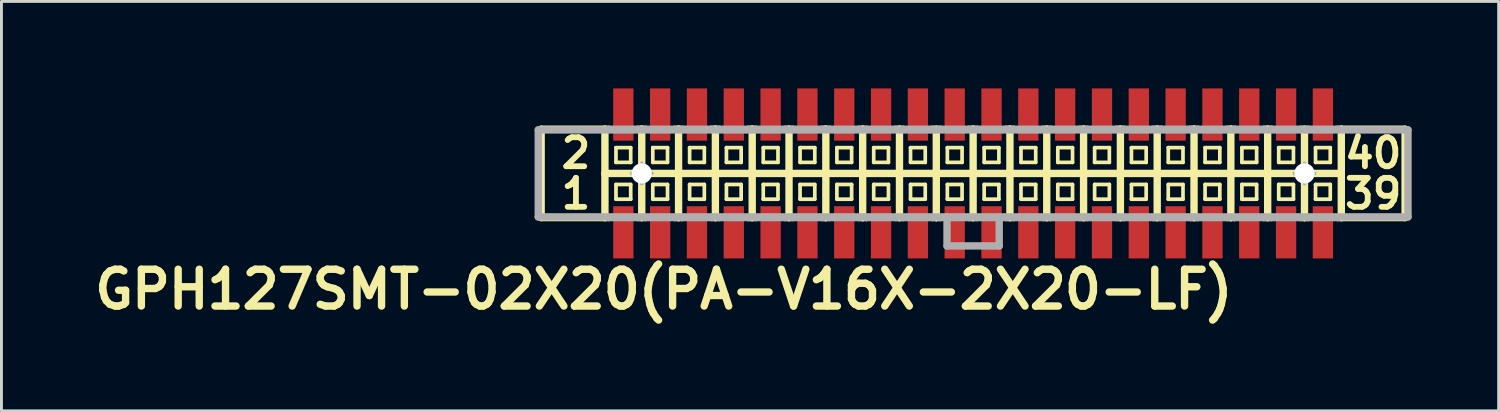
<source format=kicad_pcb>
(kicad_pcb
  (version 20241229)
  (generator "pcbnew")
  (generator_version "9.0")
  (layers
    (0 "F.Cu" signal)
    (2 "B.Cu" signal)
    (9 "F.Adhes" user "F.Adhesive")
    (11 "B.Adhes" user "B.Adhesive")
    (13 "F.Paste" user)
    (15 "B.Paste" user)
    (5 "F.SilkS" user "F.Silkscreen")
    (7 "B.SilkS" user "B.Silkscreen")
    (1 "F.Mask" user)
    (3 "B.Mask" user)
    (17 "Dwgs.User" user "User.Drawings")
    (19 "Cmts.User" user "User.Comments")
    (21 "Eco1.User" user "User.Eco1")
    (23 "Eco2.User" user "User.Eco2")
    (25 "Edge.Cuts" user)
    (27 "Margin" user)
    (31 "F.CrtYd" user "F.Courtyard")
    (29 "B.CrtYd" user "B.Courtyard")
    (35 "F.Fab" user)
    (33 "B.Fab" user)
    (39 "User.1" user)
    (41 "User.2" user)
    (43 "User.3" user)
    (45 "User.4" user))
  (footprint "GPH127SMT-02X20(PA-V16X-2X20-LF)"
    (layer "F.Cu")
    (at 30.516 2.932)
    (property "Reference" "GPH127SMT-02X20(PA-V16X-2X20-LF)" (at -10.668 4 0) (layer "F.SilkS") (effects (font (size 1.27 1.27) (thickness 0.254))))
    (attr smd)
    (fp_line (start -14.9 -1.524) (end -14.9 1.524) (stroke (width 0.254) (type solid)) (layer "F.SilkS"))
    (fp_line (start -14.9 1.524) (end -12.7 1.524) (stroke (width 0.254) (type solid)) (layer "F.SilkS"))
    (fp_line (start -12.7 -1.524) (end -14.9 -1.524) (stroke (width 0.254) (type solid)) (layer "F.SilkS"))
    (fp_line (start -12.7 -1.524) (end -12.7 0) (stroke (width 0.254) (type solid)) (layer "F.SilkS"))
    (fp_line (start -12.7 0) (end -12.7 1.524) (stroke (width 0.254) (type solid)) (layer "F.SilkS"))
    (fp_line (start -12.7 0) (end -11.43 0) (stroke (width 0.254) (type solid)) (layer "F.SilkS"))
    (fp_line (start -12.7 1.524) (end -12.573 1.524) (stroke (width 0.254) (type solid)) (layer "F.SilkS"))
    (fp_line (start -12.573 -1.524) (end -12.7 -1.524) (stroke (width 0.254) (type solid)) (layer "F.SilkS"))
    (fp_line (start -12.319 -0.889) (end -11.811 -0.889) (stroke (width 0.127) (type solid)) (layer "F.SilkS"))
    (fp_line (start -12.319 -0.381) (end -12.319 -0.889) (stroke (width 0.127) (type solid)) (layer "F.SilkS"))
    (fp_line (start -12.319 -0.381) (end -11.811 -0.381) (stroke (width 0.127) (type solid)) (layer "F.SilkS"))
    (fp_line (start -12.319 0.381) (end -11.811 0.381) (stroke (width 0.127) (type solid)) (layer "F.SilkS"))
    (fp_line (start -12.319 0.889) (end -12.319 0.381) (stroke (width 0.127) (type solid)) (layer "F.SilkS"))
    (fp_line (start -12.319 0.889) (end -11.811 0.889) (stroke (width 0.127) (type solid)) (layer "F.SilkS"))
    (fp_line (start -11.811 -0.381) (end -11.811 -0.889) (stroke (width 0.127) (type solid)) (layer "F.SilkS"))
    (fp_line (start -11.811 0.889) (end -11.811 0.381) (stroke (width 0.127) (type solid)) (layer "F.SilkS"))
    (fp_line (start -11.557 -1.524) (end -11.43 -1.524) (stroke (width 0.254) (type solid)) (layer "F.SilkS"))
    (fp_line (start -11.557 1.524) (end -11.43 1.524) (stroke (width 0.254) (type solid)) (layer "F.SilkS"))
    (fp_line (start -11.43 -1.524) (end -11.303 -1.524) (stroke (width 0.254) (type solid)) (layer "F.SilkS"))
    (fp_line (start -11.43 0) (end -11.43 -1.524) (stroke (width 0.254) (type solid)) (layer "F.SilkS"))
    (fp_line (start -11.43 0) (end -10.16 0) (stroke (width 0.254) (type solid)) (layer "F.SilkS"))
    (fp_line (start -11.43 1.524) (end -11.43 0) (stroke (width 0.254) (type solid)) (layer "F.SilkS"))
    (fp_line (start -11.43 1.524) (end -11.303 1.524) (stroke (width 0.254) (type solid)) (layer "F.SilkS"))
    (fp_line (start -11.049 -0.889) (end -10.541 -0.889) (stroke (width 0.127) (type solid)) (layer "F.SilkS"))
    (fp_line (start -11.049 -0.381) (end -11.049 -0.889) (stroke (width 0.127) (type solid)) (layer "F.SilkS"))
    (fp_line (start -11.049 -0.381) (end -10.541 -0.381) (stroke (width 0.127) (type solid)) (layer "F.SilkS"))
    (fp_line (start -11.049 0.381) (end -10.541 0.381) (stroke (width 0.127) (type solid)) (layer "F.SilkS"))
    (fp_line (start -11.049 0.889) (end -11.049 0.381) (stroke (width 0.127) (type solid)) (layer "F.SilkS"))
    (fp_line (start -11.049 0.889) (end -10.541 0.889) (stroke (width 0.127) (type solid)) (layer "F.SilkS"))
    (fp_line (start -10.541 -0.381) (end -10.541 -0.889) (stroke (width 0.127) (type solid)) (layer "F.SilkS"))
    (fp_line (start -10.541 0.889) (end -10.541 0.381) (stroke (width 0.127) (type solid)) (layer "F.SilkS"))
    (fp_line (start -10.287 -1.524) (end -10.16 -1.524) (stroke (width 0.254) (type solid)) (layer "F.SilkS"))
    (fp_line (start -10.287 1.524) (end -10.16 1.524) (stroke (width 0.254) (type solid)) (layer "F.SilkS"))
    (fp_line (start -10.16 -1.524) (end -10.033 -1.524) (stroke (width 0.254) (type solid)) (layer "F.SilkS"))
    (fp_line (start -10.16 0) (end -10.16 -1.524) (stroke (width 0.254) (type solid)) (layer "F.SilkS"))
    (fp_line (start -10.16 0) (end -8.89 0) (stroke (width 0.254) (type solid)) (layer "F.SilkS"))
    (fp_line (start -10.16 1.524) (end -10.16 0) (stroke (width 0.254) (type solid)) (layer "F.SilkS"))
    (fp_line (start -10.16 1.524) (end -10.033 1.524) (stroke (width 0.254) (type solid)) (layer "F.SilkS"))
    (fp_line (start -9.779 -0.889) (end -9.271 -0.889) (stroke (width 0.127) (type solid)) (layer "F.SilkS"))
    (fp_line (start -9.779 -0.381) (end -9.779 -0.889) (stroke (width 0.127) (type solid)) (layer "F.SilkS"))
    (fp_line (start -9.779 -0.381) (end -9.271 -0.381) (stroke (width 0.127) (type solid)) (layer "F.SilkS"))
    (fp_line (start -9.779 0.381) (end -9.271 0.381) (stroke (width 0.127) (type solid)) (layer "F.SilkS"))
    (fp_line (start -9.779 0.889) (end -9.779 0.381) (stroke (width 0.127) (type solid)) (layer "F.SilkS"))
    (fp_line (start -9.779 0.889) (end -9.271 0.889) (stroke (width 0.127) (type solid)) (layer "F.SilkS"))
    (fp_line (start -9.271 -0.381) (end -9.271 -0.889) (stroke (width 0.127) (type solid)) (layer "F.SilkS"))
    (fp_line (start -9.271 0.889) (end -9.271 0.381) (stroke (width 0.127) (type solid)) (layer "F.SilkS"))
    (fp_line (start -9.017 -1.524) (end -8.89 -1.524) (stroke (width 0.254) (type solid)) (layer "F.SilkS"))
    (fp_line (start -9.017 1.524) (end -8.89 1.524) (stroke (width 0.254) (type solid)) (layer "F.SilkS"))
    (fp_line (start -8.89 -1.524) (end -8.763 -1.524) (stroke (width 0.254) (type solid)) (layer "F.SilkS"))
    (fp_line (start -8.89 0) (end -8.89 -1.524) (stroke (width 0.254) (type solid)) (layer "F.SilkS"))
    (fp_line (start -8.89 0) (end -7.62 0) (stroke (width 0.254) (type solid)) (layer "F.SilkS"))
    (fp_line (start -8.89 1.524) (end -8.89 0) (stroke (width 0.254) (type solid)) (layer "F.SilkS"))
    (fp_line (start -8.89 1.524) (end -8.763 1.524) (stroke (width 0.254) (type solid)) (layer "F.SilkS"))
    (fp_line (start -8.509 -0.889) (end -8.001 -0.889) (stroke (width 0.127) (type solid)) (layer "F.SilkS"))
    (fp_line (start -8.509 -0.381) (end -8.509 -0.889) (stroke (width 0.127) (type solid)) (layer "F.SilkS"))
    (fp_line (start -8.509 -0.381) (end -8.001 -0.381) (stroke (width 0.127) (type solid)) (layer "F.SilkS"))
    (fp_line (start -8.509 0.381) (end -8.001 0.381) (stroke (width 0.127) (type solid)) (layer "F.SilkS"))
    (fp_line (start -8.509 0.889) (end -8.509 0.381) (stroke (width 0.127) (type solid)) (layer "F.SilkS"))
    (fp_line (start -8.509 0.889) (end -8.001 0.889) (stroke (width 0.127) (type solid)) (layer "F.SilkS"))
    (fp_line (start -8.001 -0.381) (end -8.001 -0.889) (stroke (width 0.127) (type solid)) (layer "F.SilkS"))
    (fp_line (start -8.001 0.889) (end -8.001 0.381) (stroke (width 0.127) (type solid)) (layer "F.SilkS"))
    (fp_line (start -7.747 -1.524) (end -7.62 -1.524) (stroke (width 0.254) (type solid)) (layer "F.SilkS"))
    (fp_line (start -7.747 1.524) (end -7.62 1.524) (stroke (width 0.254) (type solid)) (layer "F.SilkS"))
    (fp_line (start -7.62 -1.524) (end -7.493 -1.524) (stroke (width 0.254) (type solid)) (layer "F.SilkS"))
    (fp_line (start -7.62 0) (end -7.62 -1.524) (stroke (width 0.254) (type solid)) (layer "F.SilkS"))
    (fp_line (start -7.62 0) (end -6.35 0) (stroke (width 0.254) (type solid)) (layer "F.SilkS"))
    (fp_line (start -7.62 1.524) (end -7.62 0) (stroke (width 0.254) (type solid)) (layer "F.SilkS"))
    (fp_line (start -7.62 1.524) (end -7.493 1.524) (stroke (width 0.254) (type solid)) (layer "F.SilkS"))
    (fp_line (start -7.239 -0.889) (end -6.731 -0.889) (stroke (width 0.127) (type solid)) (layer "F.SilkS"))
    (fp_line (start -7.239 -0.381) (end -7.239 -0.889) (stroke (width 0.127) (type solid)) (layer "F.SilkS"))
    (fp_line (start -7.239 -0.381) (end -6.731 -0.381) (stroke (width 0.127) (type solid)) (layer "F.SilkS"))
    (fp_line (start -7.239 0.381) (end -6.731 0.381) (stroke (width 0.127) (type solid)) (layer "F.SilkS"))
    (fp_line (start -7.239 0.889) (end -7.239 0.381) (stroke (width 0.127) (type solid)) (layer "F.SilkS"))
    (fp_line (start -7.239 0.889) (end -6.731 0.889) (stroke (width 0.127) (type solid)) (layer "F.SilkS"))
    (fp_line (start -6.731 -0.381) (end -6.731 -0.889) (stroke (width 0.127) (type solid)) (layer "F.SilkS"))
    (fp_line (start -6.731 0.889) (end -6.731 0.381) (stroke (width 0.127) (type solid)) (layer "F.SilkS"))
    (fp_line (start -6.477 -1.524) (end -6.35 -1.524) (stroke (width 0.254) (type solid)) (layer "F.SilkS"))
    (fp_line (start -6.477 1.524) (end -6.35 1.524) (stroke (width 0.254) (type solid)) (layer "F.SilkS"))
    (fp_line (start -6.35 -1.524) (end -6.223 -1.524) (stroke (width 0.254) (type solid)) (layer "F.SilkS"))
    (fp_line (start -6.35 0) (end -6.35 -1.524) (stroke (width 0.254) (type solid)) (layer "F.SilkS"))
    (fp_line (start -6.35 0) (end -5.08 0) (stroke (width 0.254) (type solid)) (layer "F.SilkS"))
    (fp_line (start -6.35 1.524) (end -6.35 0) (stroke (width 0.254) (type solid)) (layer "F.SilkS"))
    (fp_line (start -6.35 1.524) (end -6.223 1.524) (stroke (width 0.254) (type solid)) (layer "F.SilkS"))
    (fp_line (start -5.969 -0.889) (end -5.461 -0.889) (stroke (width 0.127) (type solid)) (layer "F.SilkS"))
    (fp_line (start -5.969 -0.381) (end -5.969 -0.889) (stroke (width 0.127) (type solid)) (layer "F.SilkS"))
    (fp_line (start -5.969 -0.381) (end -5.461 -0.381) (stroke (width 0.127) (type solid)) (layer "F.SilkS"))
    (fp_line (start -5.969 0.381) (end -5.461 0.381) (stroke (width 0.127) (type solid)) (layer "F.SilkS"))
    (fp_line (start -5.969 0.889) (end -5.969 0.381) (stroke (width 0.127) (type solid)) (layer "F.SilkS"))
    (fp_line (start -5.969 0.889) (end -5.461 0.889) (stroke (width 0.127) (type solid)) (layer "F.SilkS"))
    (fp_line (start -5.461 -0.381) (end -5.461 -0.889) (stroke (width 0.127) (type solid)) (layer "F.SilkS"))
    (fp_line (start -5.461 0.889) (end -5.461 0.381) (stroke (width 0.127) (type solid)) (layer "F.SilkS"))
    (fp_line (start -5.207 -1.524) (end -5.08 -1.524) (stroke (width 0.254) (type solid)) (layer "F.SilkS"))
    (fp_line (start -5.207 1.524) (end -5.08 1.524) (stroke (width 0.254) (type solid)) (layer "F.SilkS"))
    (fp_line (start -5.08 -1.524) (end -4.953 -1.524) (stroke (width 0.254) (type solid)) (layer "F.SilkS"))
    (fp_line (start -5.08 0) (end -5.08 -1.524) (stroke (width 0.254) (type solid)) (layer "F.SilkS"))
    (fp_line (start -5.08 0) (end -3.81 0) (stroke (width 0.254) (type solid)) (layer "F.SilkS"))
    (fp_line (start -5.08 1.524) (end -5.08 0) (stroke (width 0.254) (type solid)) (layer "F.SilkS"))
    (fp_line (start -5.08 1.524) (end -4.953 1.524) (stroke (width 0.254) (type solid)) (layer "F.SilkS"))
    (fp_line (start -4.699 -0.889) (end -4.191 -0.889) (stroke (width 0.127) (type solid)) (layer "F.SilkS"))
    (fp_line (start -4.699 -0.381) (end -4.699 -0.889) (stroke (width 0.127) (type solid)) (layer "F.SilkS"))
    (fp_line (start -4.699 -0.381) (end -4.191 -0.381) (stroke (width 0.127) (type solid)) (layer "F.SilkS"))
    (fp_line (start -4.699 0.381) (end -4.191 0.381) (stroke (width 0.127) (type solid)) (layer "F.SilkS"))
    (fp_line (start -4.699 0.889) (end -4.699 0.381) (stroke (width 0.127) (type solid)) (layer "F.SilkS"))
    (fp_line (start -4.699 0.889) (end -4.191 0.889) (stroke (width 0.127) (type solid)) (layer "F.SilkS"))
    (fp_line (start -4.191 -0.381) (end -4.191 -0.889) (stroke (width 0.127) (type solid)) (layer "F.SilkS"))
    (fp_line (start -4.191 0.889) (end -4.191 0.381) (stroke (width 0.127) (type solid)) (layer "F.SilkS"))
    (fp_line (start -3.937 -1.524) (end -3.81 -1.524) (stroke (width 0.254) (type solid)) (layer "F.SilkS"))
    (fp_line (start -3.937 1.524) (end -3.81 1.524) (stroke (width 0.254) (type solid)) (layer "F.SilkS"))
    (fp_line (start -3.81 -1.524) (end -3.683 -1.524) (stroke (width 0.254) (type solid)) (layer "F.SilkS"))
    (fp_line (start -3.81 0) (end -3.81 -1.524) (stroke (width 0.254) (type solid)) (layer "F.SilkS"))
    (fp_line (start -3.81 0) (end -2.54 0) (stroke (width 0.254) (type solid)) (layer "F.SilkS"))
    (fp_line (start -3.81 1.524) (end -3.81 0) (stroke (width 0.254) (type solid)) (layer "F.SilkS"))
    (fp_line (start -3.81 1.524) (end -3.683 1.524) (stroke (width 0.254) (type solid)) (layer "F.SilkS"))
    (fp_line (start -3.429 -0.889) (end -2.921 -0.889) (stroke (width 0.127) (type solid)) (layer "F.SilkS"))
    (fp_line (start -3.429 -0.381) (end -3.429 -0.889) (stroke (width 0.127) (type solid)) (layer "F.SilkS"))
    (fp_line (start -3.429 -0.381) (end -2.921 -0.381) (stroke (width 0.127) (type solid)) (layer "F.SilkS"))
    (fp_line (start -3.429 0.381) (end -2.921 0.381) (stroke (width 0.127) (type solid)) (layer "F.SilkS"))
    (fp_line (start -3.429 0.889) (end -3.429 0.381) (stroke (width 0.127) (type solid)) (layer "F.SilkS"))
    (fp_line (start -3.429 0.889) (end -2.921 0.889) (stroke (width 0.127) (type solid)) (layer "F.SilkS"))
    (fp_line (start -2.921 -0.381) (end -2.921 -0.889) (stroke (width 0.127) (type solid)) (layer "F.SilkS"))
    (fp_line (start -2.921 0.889) (end -2.921 0.381) (stroke (width 0.127) (type solid)) (layer "F.SilkS"))
    (fp_line (start -2.667 -1.524) (end -2.54 -1.524) (stroke (width 0.254) (type solid)) (layer "F.SilkS"))
    (fp_line (start -2.667 1.524) (end -2.54 1.524) (stroke (width 0.254) (type solid)) (layer "F.SilkS"))
    (fp_line (start -2.54 -1.524) (end -2.413 -1.524) (stroke (width 0.254) (type solid)) (layer "F.SilkS"))
    (fp_line (start -2.54 0) (end -2.54 -1.524) (stroke (width 0.254) (type solid)) (layer "F.SilkS"))
    (fp_line (start -2.54 0) (end -1.27 0) (stroke (width 0.254) (type solid)) (layer "F.SilkS"))
    (fp_line (start -2.54 1.524) (end -2.54 0) (stroke (width 0.254) (type solid)) (layer "F.SilkS"))
    (fp_line (start -2.54 1.524) (end -2.413 1.524) (stroke (width 0.254) (type solid)) (layer "F.SilkS"))
    (fp_line (start -2.159 -0.889) (end -1.651 -0.889) (stroke (width 0.127) (type solid)) (layer "F.SilkS"))
    (fp_line (start -2.159 -0.381) (end -2.159 -0.889) (stroke (width 0.127) (type solid)) (layer "F.SilkS"))
    (fp_line (start -2.159 -0.381) (end -1.651 -0.381) (stroke (width 0.127) (type solid)) (layer "F.SilkS"))
    (fp_line (start -2.159 0.381) (end -1.651 0.381) (stroke (width 0.127) (type solid)) (layer "F.SilkS"))
    (fp_line (start -2.159 0.889) (end -2.159 0.381) (stroke (width 0.127) (type solid)) (layer "F.SilkS"))
    (fp_line (start -2.159 0.889) (end -1.651 0.889) (stroke (width 0.127) (type solid)) (layer "F.SilkS"))
    (fp_line (start -1.651 -0.381) (end -1.651 -0.889) (stroke (width 0.127) (type solid)) (layer "F.SilkS"))
    (fp_line (start -1.651 0.889) (end -1.651 0.381) (stroke (width 0.127) (type solid)) (layer "F.SilkS"))
    (fp_line (start -1.397 -1.524) (end -1.143 -1.524) (stroke (width 0.254) (type solid)) (layer "F.SilkS"))
    (fp_line (start -1.397 1.524) (end -1.27 1.524) (stroke (width 0.254) (type solid)) (layer "F.SilkS"))
    (fp_line (start -1.27 0) (end -1.27 -1.524) (stroke (width 0.254) (type solid)) (layer "F.SilkS"))
    (fp_line (start -1.27 0) (end 0 0) (stroke (width 0.254) (type solid)) (layer "F.SilkS"))
    (fp_line (start -1.27 1.524) (end -1.27 0) (stroke (width 0.254) (type solid)) (layer "F.SilkS"))
    (fp_line (start -1.27 1.524) (end -1.143 1.524) (stroke (width 0.254) (type solid)) (layer "F.SilkS"))
    (fp_line (start -0.889 -0.889) (end -0.381 -0.889) (stroke (width 0.127) (type solid)) (layer "F.SilkS"))
    (fp_line (start -0.889 -0.381) (end -0.889 -0.889) (stroke (width 0.127) (type solid)) (layer "F.SilkS"))
    (fp_line (start -0.889 -0.381) (end -0.381 -0.381) (stroke (width 0.127) (type solid)) (layer "F.SilkS"))
    (fp_line (start -0.889 0.381) (end -0.381 0.381) (stroke (width 0.127) (type solid)) (layer "F.SilkS"))
    (fp_line (start -0.889 0.889) (end -0.889 0.381) (stroke (width 0.127) (type solid)) (layer "F.SilkS"))
    (fp_line (start -0.889 0.889) (end -0.381 0.889) (stroke (width 0.127) (type solid)) (layer "F.SilkS"))
    (fp_line (start -0.381 -0.381) (end -0.381 -0.889) (stroke (width 0.127) (type solid)) (layer "F.SilkS"))
    (fp_line (start -0.381 0.889) (end -0.381 0.381) (stroke (width 0.127) (type solid)) (layer "F.SilkS"))
    (fp_line (start -0.127 -1.524) (end 0 -1.524) (stroke (width 0.254) (type solid)) (layer "F.SilkS"))
    (fp_line (start 0 -1.524) (end 0 0) (stroke (width 0.254) (type solid)) (layer "F.SilkS"))
    (fp_line (start 0 0) (end 0 1.524) (stroke (width 0.254) (type solid)) (layer "F.SilkS"))
    (fp_line (start 0 0) (end 1.27 0) (stroke (width 0.254) (type solid)) (layer "F.SilkS"))
    (fp_line (start 0 1.524) (end -0.127 1.524) (stroke (width 0.254) (type solid)) (layer "F.SilkS"))
    (fp_line (start 0 1.524) (end 0.127 1.524) (stroke (width 0.254) (type solid)) (layer "F.SilkS"))
    (fp_line (start 0.127 -1.524) (end 0 -1.524) (stroke (width 0.254) (type solid)) (layer "F.SilkS"))
    (fp_line (start 0.381 -0.889) (end 0.889 -0.889) (stroke (width 0.127) (type solid)) (layer "F.SilkS"))
    (fp_line (start 0.381 -0.381) (end 0.381 -0.889) (stroke (width 0.127) (type solid)) (layer "F.SilkS"))
    (fp_line (start 0.381 -0.381) (end 0.889 -0.381) (stroke (width 0.127) (type solid)) (layer "F.SilkS"))
    (fp_line (start 0.381 0.381) (end 0.889 0.381) (stroke (width 0.127) (type solid)) (layer "F.SilkS"))
    (fp_line (start 0.381 0.889) (end 0.381 0.381) (stroke (width 0.127) (type solid)) (layer "F.SilkS"))
    (fp_line (start 0.381 0.889) (end 0.889 0.889) (stroke (width 0.127) (type solid)) (layer "F.SilkS"))
    (fp_line (start 0.889 -0.381) (end 0.889 -0.889) (stroke (width 0.127) (type solid)) (layer "F.SilkS"))
    (fp_line (start 0.889 0.889) (end 0.889 0.381) (stroke (width 0.127) (type solid)) (layer "F.SilkS"))
    (fp_line (start 1.143 -1.524) (end 1.27 -1.524) (stroke (width 0.254) (type solid)) (layer "F.SilkS"))
    (fp_line (start 1.143 1.524) (end 1.27 1.524) (stroke (width 0.254) (type solid)) (layer "F.SilkS"))
    (fp_line (start 1.27 -1.524) (end 1.397 -1.524) (stroke (width 0.254) (type solid)) (layer "F.SilkS"))
    (fp_line (start 1.27 0) (end 1.27 -1.524) (stroke (width 0.254) (type solid)) (layer "F.SilkS"))
    (fp_line (start 1.27 0) (end 2.54 0) (stroke (width 0.254) (type solid)) (layer "F.SilkS"))
    (fp_line (start 1.27 1.524) (end 1.27 0) (stroke (width 0.254) (type solid)) (layer "F.SilkS"))
    (fp_line (start 1.27 1.524) (end 1.397 1.524) (stroke (width 0.254) (type solid)) (layer "F.SilkS"))
    (fp_line (start 1.651 -0.889) (end 2.159 -0.889) (stroke (width 0.127) (type solid)) (layer "F.SilkS"))
    (fp_line (start 1.651 -0.381) (end 1.651 -0.889) (stroke (width 0.127) (type solid)) (layer "F.SilkS"))
    (fp_line (start 1.651 -0.381) (end 2.159 -0.381) (stroke (width 0.127) (type solid)) (layer "F.SilkS"))
    (fp_line (start 1.651 0.381) (end 2.159 0.381) (stroke (width 0.127) (type solid)) (layer "F.SilkS"))
    (fp_line (start 1.651 0.889) (end 1.651 0.381) (stroke (width 0.127) (type solid)) (layer "F.SilkS"))
    (fp_line (start 1.651 0.889) (end 2.159 0.889) (stroke (width 0.127) (type solid)) (layer "F.SilkS"))
    (fp_line (start 2.159 -0.381) (end 2.159 -0.889) (stroke (width 0.127) (type solid)) (layer "F.SilkS"))
    (fp_line (start 2.159 0.889) (end 2.159 0.381) (stroke (width 0.127) (type solid)) (layer "F.SilkS"))
    (fp_line (start 2.413 -1.524) (end 2.54 -1.524) (stroke (width 0.254) (type solid)) (layer "F.SilkS"))
    (fp_line (start 2.413 1.524) (end 2.54 1.524) (stroke (width 0.254) (type solid)) (layer "F.SilkS"))
    (fp_line (start 2.54 -1.524) (end 2.667 -1.524) (stroke (width 0.254) (type solid)) (layer "F.SilkS"))
    (fp_line (start 2.54 0) (end 2.54 -1.524) (stroke (width 0.254) (type solid)) (layer "F.SilkS"))
    (fp_line (start 2.54 0) (end 3.81 0) (stroke (width 0.254) (type solid)) (layer "F.SilkS"))
    (fp_line (start 2.54 1.524) (end 2.54 0) (stroke (width 0.254) (type solid)) (layer "F.SilkS"))
    (fp_line (start 2.54 1.524) (end 2.667 1.524) (stroke (width 0.254) (type solid)) (layer "F.SilkS"))
    (fp_line (start 2.921 -0.889) (end 3.429 -0.889) (stroke (width 0.127) (type solid)) (layer "F.SilkS"))
    (fp_line (start 2.921 -0.381) (end 2.921 -0.889) (stroke (width 0.127) (type solid)) (layer "F.SilkS"))
    (fp_line (start 2.921 -0.381) (end 3.429 -0.381) (stroke (width 0.127) (type solid)) (layer "F.SilkS"))
    (fp_line (start 2.921 0.381) (end 3.429 0.381) (stroke (width 0.127) (type solid)) (layer "F.SilkS"))
    (fp_line (start 2.921 0.889) (end 2.921 0.381) (stroke (width 0.127) (type solid)) (layer "F.SilkS"))
    (fp_line (start 2.921 0.889) (end 3.429 0.889) (stroke (width 0.127) (type solid)) (layer "F.SilkS"))
    (fp_line (start 3.429 -0.381) (end 3.429 -0.889) (stroke (width 0.127) (type solid)) (layer "F.SilkS"))
    (fp_line (start 3.429 0.889) (end 3.429 0.381) (stroke (width 0.127) (type solid)) (layer "F.SilkS"))
    (fp_line (start 3.683 -1.524) (end 3.81 -1.524) (stroke (width 0.254) (type solid)) (layer "F.SilkS"))
    (fp_line (start 3.683 1.524) (end 3.81 1.524) (stroke (width 0.254) (type solid)) (layer "F.SilkS"))
    (fp_line (start 3.81 -1.524) (end 3.937 -1.524) (stroke (width 0.254) (type solid)) (layer "F.SilkS"))
    (fp_line (start 3.81 0) (end 3.81 -1.524) (stroke (width 0.254) (type solid)) (layer "F.SilkS"))
    (fp_line (start 3.81 0) (end 5.08 0) (stroke (width 0.254) (type solid)) (layer "F.SilkS"))
    (fp_line (start 3.81 1.524) (end 3.81 0) (stroke (width 0.254) (type solid)) (layer "F.SilkS"))
    (fp_line (start 3.81 1.524) (end 3.937 1.524) (stroke (width 0.254) (type solid)) (layer "F.SilkS"))
    (fp_line (start 4.191 -0.889) (end 4.699 -0.889) (stroke (width 0.127) (type solid)) (layer "F.SilkS"))
    (fp_line (start 4.191 -0.381) (end 4.191 -0.889) (stroke (width 0.127) (type solid)) (layer "F.SilkS"))
    (fp_line (start 4.191 -0.381) (end 4.699 -0.381) (stroke (width 0.127) (type solid)) (layer "F.SilkS"))
    (fp_line (start 4.191 0.381) (end 4.699 0.381) (stroke (width 0.127) (type solid)) (layer "F.SilkS"))
    (fp_line (start 4.191 0.889) (end 4.191 0.381) (stroke (width 0.127) (type solid)) (layer "F.SilkS"))
    (fp_line (start 4.191 0.889) (end 4.699 0.889) (stroke (width 0.127) (type solid)) (layer "F.SilkS"))
    (fp_line (start 4.699 -0.381) (end 4.699 -0.889) (stroke (width 0.127) (type solid)) (layer "F.SilkS"))
    (fp_line (start 4.699 0.889) (end 4.699 0.381) (stroke (width 0.127) (type solid)) (layer "F.SilkS"))
    (fp_line (start 4.953 -1.524) (end 5.08 -1.524) (stroke (width 0.254) (type solid)) (layer "F.SilkS"))
    (fp_line (start 4.953 1.524) (end 5.08 1.524) (stroke (width 0.254) (type solid)) (layer "F.SilkS"))
    (fp_line (start 5.08 -1.524) (end 5.207 -1.524) (stroke (width 0.254) (type solid)) (layer "F.SilkS"))
    (fp_line (start 5.08 0) (end 5.08 -1.524) (stroke (width 0.254) (type solid)) (layer "F.SilkS"))
    (fp_line (start 5.08 0) (end 6.35 0) (stroke (width 0.254) (type solid)) (layer "F.SilkS"))
    (fp_line (start 5.08 1.524) (end 5.08 0) (stroke (width 0.254) (type solid)) (layer "F.SilkS"))
    (fp_line (start 5.08 1.524) (end 5.207 1.524) (stroke (width 0.254) (type solid)) (layer "F.SilkS"))
    (fp_line (start 5.461 -0.889) (end 5.969 -0.889) (stroke (width 0.127) (type solid)) (layer "F.SilkS"))
    (fp_line (start 5.461 -0.381) (end 5.461 -0.889) (stroke (width 0.127) (type solid)) (layer "F.SilkS"))
    (fp_line (start 5.461 -0.381) (end 5.969 -0.381) (stroke (width 0.127) (type solid)) (layer "F.SilkS"))
    (fp_line (start 5.461 0.381) (end 5.969 0.381) (stroke (width 0.127) (type solid)) (layer "F.SilkS"))
    (fp_line (start 5.461 0.889) (end 5.461 0.381) (stroke (width 0.127) (type solid)) (layer "F.SilkS"))
    (fp_line (start 5.461 0.889) (end 5.969 0.889) (stroke (width 0.127) (type solid)) (layer "F.SilkS"))
    (fp_line (start 5.969 -0.381) (end 5.969 -0.889) (stroke (width 0.127) (type solid)) (layer "F.SilkS"))
    (fp_line (start 5.969 0.889) (end 5.969 0.381) (stroke (width 0.127) (type solid)) (layer "F.SilkS"))
    (fp_line (start 6.223 -1.524) (end 6.35 -1.524) (stroke (width 0.254) (type solid)) (layer "F.SilkS"))
    (fp_line (start 6.223 1.524) (end 6.35 1.524) (stroke (width 0.254) (type solid)) (layer "F.SilkS"))
    (fp_line (start 6.35 -1.524) (end 6.477 -1.524) (stroke (width 0.254) (type solid)) (layer "F.SilkS"))
    (fp_line (start 6.35 0) (end 6.35 -1.524) (stroke (width 0.254) (type solid)) (layer "F.SilkS"))
    (fp_line (start 6.35 0) (end 7.62 0) (stroke (width 0.254) (type solid)) (layer "F.SilkS"))
    (fp_line (start 6.35 1.524) (end 6.35 0) (stroke (width 0.254) (type solid)) (layer "F.SilkS"))
    (fp_line (start 6.35 1.524) (end 6.477 1.524) (stroke (width 0.254) (type solid)) (layer "F.SilkS"))
    (fp_line (start 6.731 -0.889) (end 7.239 -0.889) (stroke (width 0.127) (type solid)) (layer "F.SilkS"))
    (fp_line (start 6.731 -0.381) (end 6.731 -0.889) (stroke (width 0.127) (type solid)) (layer "F.SilkS"))
    (fp_line (start 6.731 -0.381) (end 7.239 -0.381) (stroke (width 0.127) (type solid)) (layer "F.SilkS"))
    (fp_line (start 6.731 0.381) (end 7.239 0.381) (stroke (width 0.127) (type solid)) (layer "F.SilkS"))
    (fp_line (start 6.731 0.889) (end 6.731 0.381) (stroke (width 0.127) (type solid)) (layer "F.SilkS"))
    (fp_line (start 6.731 0.889) (end 7.239 0.889) (stroke (width 0.127) (type solid)) (layer "F.SilkS"))
    (fp_line (start 7.239 -0.381) (end 7.239 -0.889) (stroke (width 0.127) (type solid)) (layer "F.SilkS"))
    (fp_line (start 7.239 0.889) (end 7.239 0.381) (stroke (width 0.127) (type solid)) (layer "F.SilkS"))
    (fp_line (start 7.493 -1.524) (end 7.62 -1.524) (stroke (width 0.254) (type solid)) (layer "F.SilkS"))
    (fp_line (start 7.493 1.524) (end 7.62 1.524) (stroke (width 0.254) (type solid)) (layer "F.SilkS"))
    (fp_line (start 7.62 -1.524) (end 7.747 -1.524) (stroke (width 0.254) (type solid)) (layer "F.SilkS"))
    (fp_line (start 7.62 0) (end 7.62 -1.524) (stroke (width 0.254) (type solid)) (layer "F.SilkS"))
    (fp_line (start 7.62 0) (end 8.89 0) (stroke (width 0.254) (type solid)) (layer "F.SilkS"))
    (fp_line (start 7.62 1.524) (end 7.62 0) (stroke (width 0.254) (type solid)) (layer "F.SilkS"))
    (fp_line (start 7.62 1.524) (end 7.747 1.524) (stroke (width 0.254) (type solid)) (layer "F.SilkS"))
    (fp_line (start 8.001 -0.889) (end 8.509 -0.889) (stroke (width 0.127) (type solid)) (layer "F.SilkS"))
    (fp_line (start 8.001 -0.381) (end 8.001 -0.889) (stroke (width 0.127) (type solid)) (layer "F.SilkS"))
    (fp_line (start 8.001 -0.381) (end 8.509 -0.381) (stroke (width 0.127) (type solid)) (layer "F.SilkS"))
    (fp_line (start 8.001 0.381) (end 8.509 0.381) (stroke (width 0.127) (type solid)) (layer "F.SilkS"))
    (fp_line (start 8.001 0.889) (end 8.001 0.381) (stroke (width 0.127) (type solid)) (layer "F.SilkS"))
    (fp_line (start 8.001 0.889) (end 8.509 0.889) (stroke (width 0.127) (type solid)) (layer "F.SilkS"))
    (fp_line (start 8.509 -0.381) (end 8.509 -0.889) (stroke (width 0.127) (type solid)) (layer "F.SilkS"))
    (fp_line (start 8.509 0.889) (end 8.509 0.381) (stroke (width 0.127) (type solid)) (layer "F.SilkS"))
    (fp_line (start 8.763 -1.524) (end 8.89 -1.524) (stroke (width 0.254) (type solid)) (layer "F.SilkS"))
    (fp_line (start 8.763 1.524) (end 8.89 1.524) (stroke (width 0.254) (type solid)) (layer "F.SilkS"))
    (fp_line (start 8.89 -1.524) (end 9.017 -1.524) (stroke (width 0.254) (type solid)) (layer "F.SilkS"))
    (fp_line (start 8.89 0) (end 8.89 -1.524) (stroke (width 0.254) (type solid)) (layer "F.SilkS"))
    (fp_line (start 8.89 0) (end 10.16 0) (stroke (width 0.254) (type solid)) (layer "F.SilkS"))
    (fp_line (start 8.89 1.524) (end 8.89 0) (stroke (width 0.254) (type solid)) (layer "F.SilkS"))
    (fp_line (start 8.89 1.524) (end 9.017 1.524) (stroke (width 0.254) (type solid)) (layer "F.SilkS"))
    (fp_line (start 9.271 -0.889) (end 9.779 -0.889) (stroke (width 0.127) (type solid)) (layer "F.SilkS"))
    (fp_line (start 9.271 -0.381) (end 9.271 -0.889) (stroke (width 0.127) (type solid)) (layer "F.SilkS"))
    (fp_line (start 9.271 -0.381) (end 9.779 -0.381) (stroke (width 0.127) (type solid)) (layer "F.SilkS"))
    (fp_line (start 9.271 0.381) (end 9.779 0.381) (stroke (width 0.127) (type solid)) (layer "F.SilkS"))
    (fp_line (start 9.271 0.889) (end 9.271 0.381) (stroke (width 0.127) (type solid)) (layer "F.SilkS"))
    (fp_line (start 9.271 0.889) (end 9.779 0.889) (stroke (width 0.127) (type solid)) (layer "F.SilkS"))
    (fp_line (start 9.779 -0.381) (end 9.779 -0.889) (stroke (width 0.127) (type solid)) (layer "F.SilkS"))
    (fp_line (start 9.779 0.889) (end 9.779 0.381) (stroke (width 0.127) (type solid)) (layer "F.SilkS"))
    (fp_line (start 10.033 -1.524) (end 10.16 -1.524) (stroke (width 0.254) (type solid)) (layer "F.SilkS"))
    (fp_line (start 10.033 1.524) (end 10.16 1.524) (stroke (width 0.254) (type solid)) (layer "F.SilkS"))
    (fp_line (start 10.16 -1.524) (end 10.287 -1.524) (stroke (width 0.254) (type solid)) (layer "F.SilkS"))
    (fp_line (start 10.16 0) (end 10.16 -1.524) (stroke (width 0.254) (type solid)) (layer "F.SilkS"))
    (fp_line (start 10.16 0) (end 11.43 0) (stroke (width 0.254) (type solid)) (layer "F.SilkS"))
    (fp_line (start 10.16 1.524) (end 10.16 0) (stroke (width 0.254) (type solid)) (layer "F.SilkS"))
    (fp_line (start 10.16 1.524) (end 10.287 1.524) (stroke (width 0.254) (type solid)) (layer "F.SilkS"))
    (fp_line (start 10.541 -0.889) (end 11.049 -0.889) (stroke (width 0.127) (type solid)) (layer "F.SilkS"))
    (fp_line (start 10.541 -0.381) (end 10.541 -0.889) (stroke (width 0.127) (type solid)) (layer "F.SilkS"))
    (fp_line (start 10.541 -0.381) (end 11.049 -0.381) (stroke (width 0.127) (type solid)) (layer "F.SilkS"))
    (fp_line (start 10.541 0.381) (end 11.049 0.381) (stroke (width 0.127) (type solid)) (layer "F.SilkS"))
    (fp_line (start 10.541 0.889) (end 10.541 0.381) (stroke (width 0.127) (type solid)) (layer "F.SilkS"))
    (fp_line (start 10.541 0.889) (end 11.049 0.889) (stroke (width 0.127) (type solid)) (layer "F.SilkS"))
    (fp_line (start 11.049 -0.381) (end 11.049 -0.889) (stroke (width 0.127) (type solid)) (layer "F.SilkS"))
    (fp_line (start 11.049 0.889) (end 11.049 0.381) (stroke (width 0.127) (type solid)) (layer "F.SilkS"))
    (fp_line (start 11.303 -1.524) (end 11.557 -1.524) (stroke (width 0.254) (type solid)) (layer "F.SilkS"))
    (fp_line (start 11.303 1.524) (end 11.43 1.524) (stroke (width 0.254) (type solid)) (layer "F.SilkS"))
    (fp_line (start 11.43 0) (end 11.43 -1.524) (stroke (width 0.254) (type solid)) (layer "F.SilkS"))
    (fp_line (start 11.43 0) (end 12.7 0) (stroke (width 0.254) (type solid)) (layer "F.SilkS"))
    (fp_line (start 11.43 1.524) (end 11.43 0) (stroke (width 0.254) (type solid)) (layer "F.SilkS"))
    (fp_line (start 11.43 1.524) (end 11.557 1.524) (stroke (width 0.254) (type solid)) (layer "F.SilkS"))
    (fp_line (start 11.811 -0.889) (end 12.319 -0.889) (stroke (width 0.127) (type solid)) (layer "F.SilkS"))
    (fp_line (start 11.811 -0.381) (end 11.811 -0.889) (stroke (width 0.127) (type solid)) (layer "F.SilkS"))
    (fp_line (start 11.811 -0.381) (end 12.319 -0.381) (stroke (width 0.127) (type solid)) (layer "F.SilkS"))
    (fp_line (start 11.811 0.381) (end 12.319 0.381) (stroke (width 0.127) (type solid)) (layer "F.SilkS"))
    (fp_line (start 11.811 0.889) (end 11.811 0.381) (stroke (width 0.127) (type solid)) (layer "F.SilkS"))
    (fp_line (start 11.811 0.889) (end 12.319 0.889) (stroke (width 0.127) (type solid)) (layer "F.SilkS"))
    (fp_line (start 12.319 -0.381) (end 12.319 -0.889) (stroke (width 0.127) (type solid)) (layer "F.SilkS"))
    (fp_line (start 12.319 0.889) (end 12.319 0.381) (stroke (width 0.127) (type solid)) (layer "F.SilkS"))
    (fp_line (start 12.573 -1.524) (end 12.7 -1.524) (stroke (width 0.254) (type solid)) (layer "F.SilkS"))
    (fp_line (start 12.7 -1.524) (end 12.7 0) (stroke (width 0.254) (type solid)) (layer "F.SilkS"))
    (fp_line (start 12.7 -1.524) (end 14.9 -1.524) (stroke (width 0.254) (type solid)) (layer "F.SilkS"))
    (fp_line (start 12.7 0) (end 12.7 1.524) (stroke (width 0.254) (type solid)) (layer "F.SilkS"))
    (fp_line (start 12.7 1.524) (end 12.573 1.524) (stroke (width 0.254) (type solid)) (layer "F.SilkS"))
    (fp_line (start 14.9 -1.524) (end 14.9 1.524) (stroke (width 0.254) (type solid)) (layer "F.SilkS"))
    (fp_line (start 14.9 1.524) (end 12.7 1.524) (stroke (width 0.254) (type solid)) (layer "F.SilkS"))
    (fp_line (start -15 -1.5) (end -15 1.5) (stroke (width 0.254) (type solid)) (layer "F.Fab"))
    (fp_line (start -15 1.5) (end 15 1.5) (stroke (width 0.254) (type solid)) (layer "F.Fab"))
    (fp_line (start -12.573 -1.524) (end -11.557 -1.524) (stroke (width 0.254) (type solid)) (layer "F.Fab"))
    (fp_line (start -12.573 1.524) (end -11.557 1.524) (stroke (width 0.254) (type solid)) (layer "F.Fab"))
    (fp_line (start -11.778 0) (end -11.079 0) (stroke (width 0.127) (type solid)) (layer "F.Fab"))
    (fp_line (start -11.43 0.348) (end -11.43 -0.348) (stroke (width 0.127) (type solid)) (layer "F.Fab"))
    (fp_line (start -11.303 -1.524) (end -10.287 -1.524) (stroke (width 0.254) (type solid)) (layer "F.Fab"))
    (fp_line (start -11.303 1.524) (end -10.287 1.524) (stroke (width 0.254) (type solid)) (layer "F.Fab"))
    (fp_line (start -10.033 -1.524) (end -9.017 -1.524) (stroke (width 0.254) (type solid)) (layer "F.Fab"))
    (fp_line (start -10.033 1.524) (end -9.017 1.524) (stroke (width 0.254) (type solid)) (layer "F.Fab"))
    (fp_line (start -8.763 -1.524) (end -7.747 -1.524) (stroke (width 0.254) (type solid)) (layer "F.Fab"))
    (fp_line (start -8.763 1.524) (end -7.747 1.524) (stroke (width 0.254) (type solid)) (layer "F.Fab"))
    (fp_line (start -7.493 -1.524) (end -6.477 -1.524) (stroke (width 0.254) (type solid)) (layer "F.Fab"))
    (fp_line (start -7.493 1.524) (end -6.477 1.524) (stroke (width 0.254) (type solid)) (layer "F.Fab"))
    (fp_line (start -6.223 -1.524) (end -5.207 -1.524) (stroke (width 0.254) (type solid)) (layer "F.Fab"))
    (fp_line (start -6.223 1.524) (end -5.207 1.524) (stroke (width 0.254) (type solid)) (layer "F.Fab"))
    (fp_line (start -4.953 -1.524) (end -3.937 -1.524) (stroke (width 0.254) (type solid)) (layer "F.Fab"))
    (fp_line (start -4.953 1.524) (end -3.937 1.524) (stroke (width 0.254) (type solid)) (layer "F.Fab"))
    (fp_line (start -3.683 -1.524) (end -2.667 -1.524) (stroke (width 0.254) (type solid)) (layer "F.Fab"))
    (fp_line (start -3.683 1.524) (end -2.667 1.524) (stroke (width 0.254) (type solid)) (layer "F.Fab"))
    (fp_line (start -2.413 -1.524) (end -1.397 -1.524) (stroke (width 0.254) (type solid)) (layer "F.Fab"))
    (fp_line (start -2.413 1.524) (end -1.397 1.524) (stroke (width 0.254) (type solid)) (layer "F.Fab"))
    (fp_line (start -1.143 -1.524) (end -0.127 -1.524) (stroke (width 0.254) (type solid)) (layer "F.Fab"))
    (fp_line (start -1.143 1.524) (end -0.127 1.524) (stroke (width 0.254) (type solid)) (layer "F.Fab"))
    (fp_line (start -0.9 1.5) (end -0.9 2.5) (stroke (width 0.254) (type solid)) (layer "F.Fab"))
    (fp_line (start -0.9 2.5) (end 0.9 2.5) (stroke (width 0.254) (type solid)) (layer "F.Fab"))
    (fp_line (start 0.127 -1.524) (end 1.143 -1.524) (stroke (width 0.254) (type solid)) (layer "F.Fab"))
    (fp_line (start 0.127 1.524) (end 1.143 1.524) (stroke (width 0.254) (type solid)) (layer "F.Fab"))
    (fp_line (start 0.9 2.5) (end 0.9 1.5) (stroke (width 0.254) (type solid)) (layer "F.Fab"))
    (fp_line (start 1.397 -1.524) (end 2.413 -1.524) (stroke (width 0.254) (type solid)) (layer "F.Fab"))
    (fp_line (start 1.397 1.524) (end 2.413 1.524) (stroke (width 0.254) (type solid)) (layer "F.Fab"))
    (fp_line (start 2.667 -1.524) (end 3.683 -1.524) (stroke (width 0.254) (type solid)) (layer "F.Fab"))
    (fp_line (start 2.667 1.524) (end 3.683 1.524) (stroke (width 0.254) (type solid)) (layer "F.Fab"))
    (fp_line (start 3.937 -1.524) (end 4.953 -1.524) (stroke (width 0.254) (type solid)) (layer "F.Fab"))
    (fp_line (start 3.937 1.524) (end 4.953 1.524) (stroke (width 0.254) (type solid)) (layer "F.Fab"))
    (fp_line (start 5.207 -1.524) (end 6.223 -1.524) (stroke (width 0.254) (type solid)) (layer "F.Fab"))
    (fp_line (start 5.207 1.524) (end 6.223 1.524) (stroke (width 0.254) (type solid)) (layer "F.Fab"))
    (fp_line (start 6.477 -1.524) (end 7.493 -1.524) (stroke (width 0.254) (type solid)) (layer "F.Fab"))
    (fp_line (start 6.477 1.524) (end 7.493 1.524) (stroke (width 0.254) (type solid)) (layer "F.Fab"))
    (fp_line (start 7.747 -1.524) (end 8.763 -1.524) (stroke (width 0.254) (type solid)) (layer "F.Fab"))
    (fp_line (start 7.747 1.524) (end 8.763 1.524) (stroke (width 0.254) (type solid)) (layer "F.Fab"))
    (fp_line (start 9.017 -1.524) (end 10.033 -1.524) (stroke (width 0.254) (type solid)) (layer "F.Fab"))
    (fp_line (start 9.017 1.524) (end 10.033 1.524) (stroke (width 0.254) (type solid)) (layer "F.Fab"))
    (fp_line (start 10.287 -1.524) (end 11.303 -1.524) (stroke (width 0.254) (type solid)) (layer "F.Fab"))
    (fp_line (start 10.287 1.524) (end 11.303 1.524) (stroke (width 0.254) (type solid)) (layer "F.Fab"))
    (fp_line (start 11.079 0) (end 11.778 0) (stroke (width 0.127) (type solid)) (layer "F.Fab"))
    (fp_line (start 11.43 0.348) (end 11.43 -0.348) (stroke (width 0.127) (type solid)) (layer "F.Fab"))
    (fp_line (start 11.557 -1.524) (end 12.573 -1.524) (stroke (width 0.254) (type solid)) (layer "F.Fab"))
    (fp_line (start 11.557 1.524) (end 12.573 1.524) (stroke (width 0.254) (type solid)) (layer "F.Fab"))
    (fp_line (start 15 -1.5) (end -15 -1.5) (stroke (width 0.254) (type solid)) (layer "F.Fab"))
    (fp_line (start 15 1.5) (end 15 -1.5) (stroke (width 0.254) (type solid)) (layer "F.Fab"))
    (fp_circle (center -11.43 0) (end -11.603 0.173) (stroke (width 0.127) (type solid)) (fill no) (layer "F.Fab"))
    (fp_circle (center 11.43 0) (end 11.603 0.173) (stroke (width 0.127) (type solid)) (fill no) (layer "F.Fab"))
    (fp_text user "39" (at 13.8 0.7 0) (layer "F.SilkS") (effects (font (size 1 1) (thickness 0.2))))
    (fp_text user "2" (at -13.7 -0.7 0) (layer "F.SilkS") (effects (font (size 1 1) (thickness 0.2))))
    (fp_text user "1" (at -13.7 0.7 0) (layer "F.SilkS") (effects (font (size 1 1) (thickness 0.2))))
    (fp_text user "40" (at 13.8 -0.7 0) (layer "F.SilkS") (effects (font (size 1 1) (thickness 0.2))))
    (pad "" np_thru_hole circle (at -11.43 0 90) (size 0.7 0.7) (drill 0.7) (layers "*.Cu" "*.Mask"))
    (pad "" np_thru_hole circle (at 11.43 0 90) (size 0.7 0.7) (drill 0.7) (layers "*.Cu" "*.Mask"))
    (pad "1" smd rect (at -12.065 2.032 270) (size 1.8 0.7) (layers "F.Cu" "F.Mask" "F.Paste"))
    (pad "2" smd rect (at -12.065 -2.032 270) (size 1.8 0.7) (layers "F.Cu" "F.Mask" "F.Paste"))
    (pad "3" smd rect (at -10.795 2.032 270) (size 1.8 0.7) (layers "F.Cu" "F.Mask" "F.Paste"))
    (pad "4" smd rect (at -10.795 -2.032 270) (size 1.8 0.7) (layers "F.Cu" "F.Mask" "F.Paste"))
    (pad "5" smd rect (at -9.525 2.032 270) (size 1.8 0.7) (layers "F.Cu" "F.Mask" "F.Paste"))
    (pad "6" smd rect (at -9.525 -2.032 270) (size 1.8 0.7) (layers "F.Cu" "F.Mask" "F.Paste"))
    (pad "7" smd rect (at -8.255 2.032 270) (size 1.8 0.7) (layers "F.Cu" "F.Mask" "F.Paste"))
    (pad "8" smd rect (at -8.255 -2.032 270) (size 1.8 0.7) (layers "F.Cu" "F.Mask" "F.Paste"))
    (pad "9" smd rect (at -6.985 2.032 270) (size 1.8 0.7) (layers "F.Cu" "F.Mask" "F.Paste"))
    (pad "10" smd rect (at -6.985 -2.032 270) (size 1.8 0.7) (layers "F.Cu" "F.Mask" "F.Paste"))
    (pad "11" smd rect (at -5.715 2.032 270) (size 1.8 0.7) (layers "F.Cu" "F.Mask" "F.Paste"))
    (pad "12" smd rect (at -5.715 -2.032 270) (size 1.8 0.7) (layers "F.Cu" "F.Mask" "F.Paste"))
    (pad "13" smd rect (at -4.445 2.032 90) (size 1.8 0.7) (layers "F.Cu" "F.Mask" "F.Paste"))
    (pad "14" smd rect (at -4.445 -2.032 90) (size 1.8 0.7) (layers "F.Cu" "F.Mask" "F.Paste"))
    (pad "15" smd rect (at -3.175 2.032 90) (size 1.8 0.7) (layers "F.Cu" "F.Mask" "F.Paste"))
    (pad "16" smd rect (at -3.175 -2.032 90) (size 1.8 0.7) (layers "F.Cu" "F.Mask" "F.Paste"))
    (pad "17" smd rect (at -1.905 2.032 90) (size 1.8 0.7) (layers "F.Cu" "F.Mask" "F.Paste"))
    (pad "18" smd rect (at -1.905 -2.032 90) (size 1.8 0.7) (layers "F.Cu" "F.Mask" "F.Paste"))
    (pad "19" smd rect (at -0.635 2.032 90) (size 1.8 0.7) (layers "F.Cu" "F.Mask" "F.Paste"))
    (pad "20" smd rect (at -0.635 -2.032 90) (size 1.8 0.7) (layers "F.Cu" "F.Mask" "F.Paste"))
    (pad "21" smd rect (at 0.635 2.032 270) (size 1.8 0.7) (layers "F.Cu" "F.Mask" "F.Paste"))
    (pad "22" smd rect (at 0.635 -2.032 270) (size 1.8 0.7) (layers "F.Cu" "F.Mask" "F.Paste"))
    (pad "23" smd rect (at 1.905 2.032 270) (size 1.8 0.7) (layers "F.Cu" "F.Mask" "F.Paste"))
    (pad "24" smd rect (at 1.905 -2.032 270) (size 1.8 0.7) (layers "F.Cu" "F.Mask" "F.Paste"))
    (pad "25" smd rect (at 3.175 2.032 270) (size 1.8 0.7) (layers "F.Cu" "F.Mask" "F.Paste"))
    (pad "26" smd rect (at 3.175 -2.032 270) (size 1.8 0.7) (layers "F.Cu" "F.Mask" "F.Paste"))
    (pad "27" smd rect (at 4.445 2.032 270) (size 1.8 0.7) (layers "F.Cu" "F.Mask" "F.Paste"))
    (pad "28" smd rect (at 4.445 -2.032 270) (size 1.8 0.7) (layers "F.Cu" "F.Mask" "F.Paste"))
    (pad "29" smd rect (at 5.715 2.032 270) (size 1.8 0.7) (layers "F.Cu" "F.Mask" "F.Paste"))
    (pad "30" smd rect (at 5.715 -2.032 270) (size 1.8 0.7) (layers "F.Cu" "F.Mask" "F.Paste"))
    (pad "31" smd rect (at 6.985 2.032 270) (size 1.8 0.7) (layers "F.Cu" "F.Mask" "F.Paste"))
    (pad "32" smd rect (at 6.985 -2.032 270) (size 1.8 0.7) (layers "F.Cu" "F.Mask" "F.Paste"))
    (pad "33" smd rect (at 8.255 2.032 90) (size 1.8 0.7) (layers "F.Cu" "F.Mask" "F.Paste"))
    (pad "34" smd rect (at 8.255 -2.032 90) (size 1.8 0.7) (layers "F.Cu" "F.Mask" "F.Paste"))
    (pad "35" smd rect (at 9.525 2.032 90) (size 1.8 0.7) (layers "F.Cu" "F.Mask" "F.Paste"))
    (pad "36" smd rect (at 9.525 -2.032 90) (size 1.8 0.7) (layers "F.Cu" "F.Mask" "F.Paste"))
    (pad "37" smd rect (at 10.795 2.032 90) (size 1.8 0.7) (layers "F.Cu" "F.Mask" "F.Paste"))
    (pad "38" smd rect (at 10.795 -2.032 90) (size 1.8 0.7) (layers "F.Cu" "F.Mask" "F.Paste"))
    (pad "39" smd rect (at 12.065 2.032 90) (size 1.8 0.7) (layers "F.Cu" "F.Mask" "F.Paste"))
    (pad "40" smd rect (at 12.065 -2.032 90) (size 1.8 0.7) (layers "F.Cu" "F.Mask" "F.Paste")))
  (gr_rect
    (start -3 -3)
    (end 48.643 11.121)
    (stroke (width 0.1) (type default))
    (fill no)
    (layer "Edge.Cuts")))
</source>
